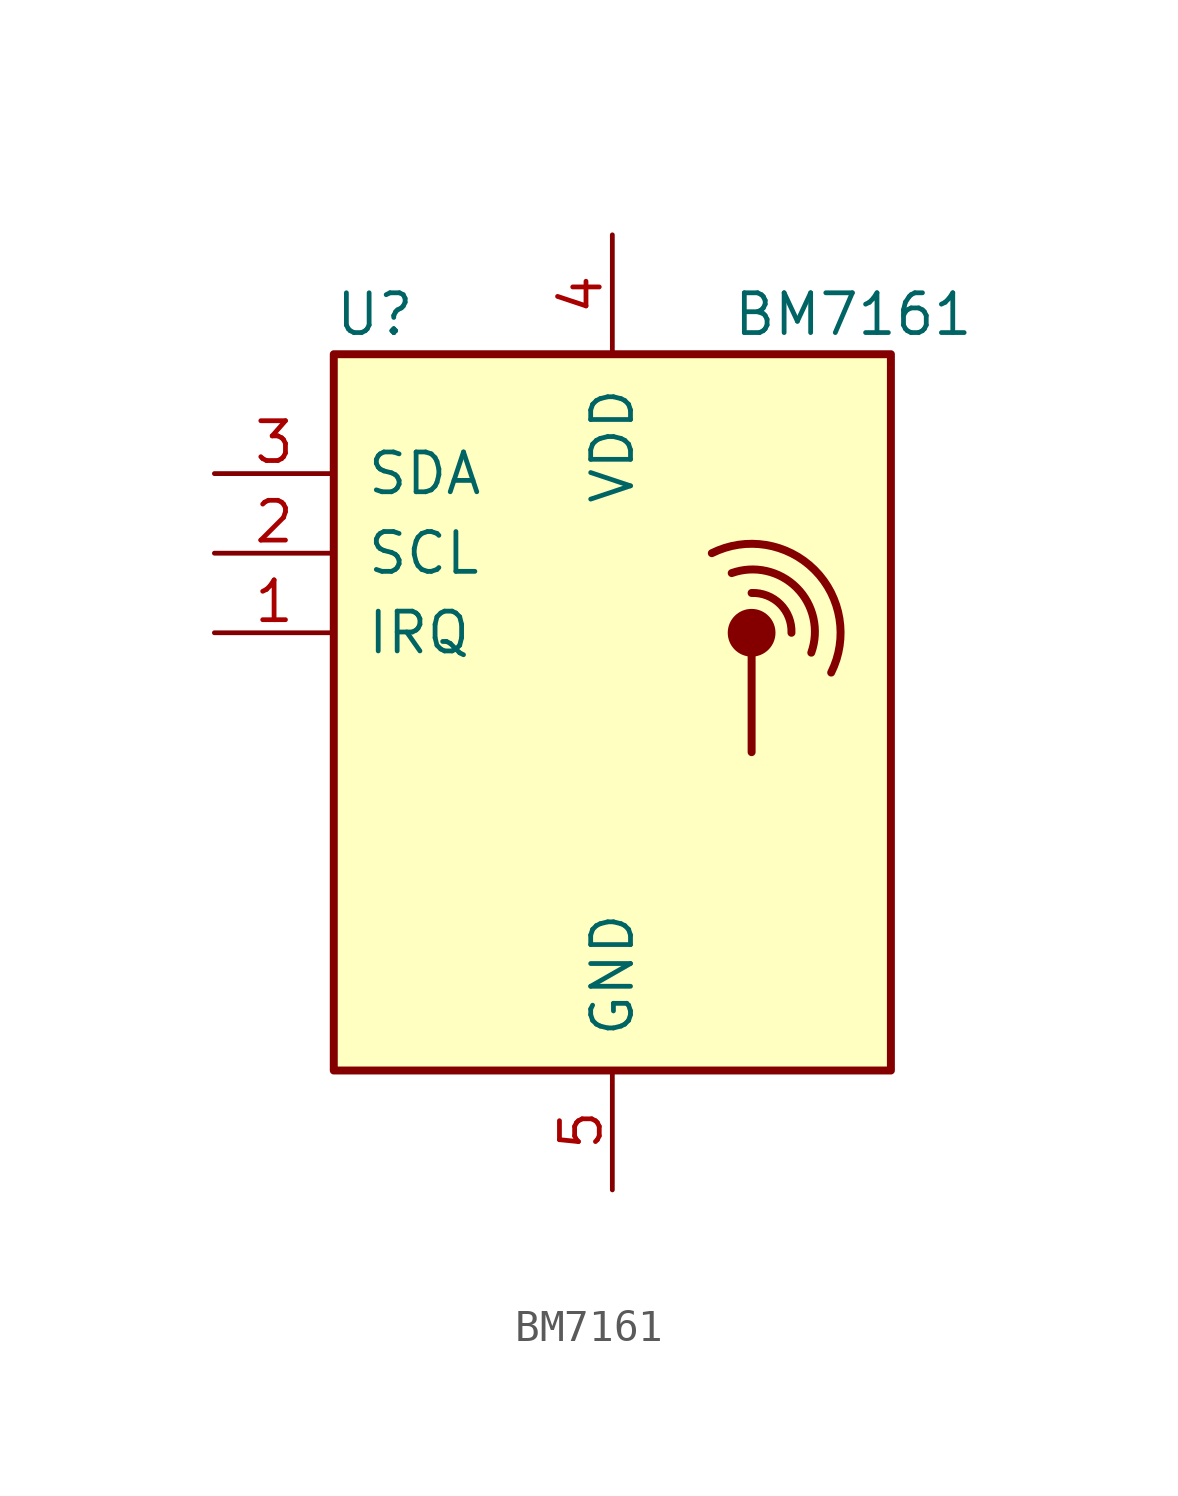
<source format=kicad_sym>
(kicad_symbol_lib
  (version 20220914)
  (generator kicad_symbol_editor)
  (symbol "BM7161"
    (pin_names
      (offset 1.016))
    (property "Reference" "U"
      (at -8.89 12.7 0)
      (effects (font (size 1.27 1.27)) (justify left)))
    (property "Value" "BM7161"
      (at 3.81 12.7 0)
      (effects (font (size 1.27 1.27)) (justify left)))
    (symbol "BM7161_0_1"
      (rectangle (start -8.89 11.43) (end 8.89 -11.43) (stroke (width 0.254) (type default)) (fill (type background)))
      (polyline (pts (xy 4.445 1.905) (xy 4.445 -1.27)) (stroke (width 0.254) (type default)) (fill (type none)))
      (circle (center 4.445 2.54) (radius 0.635) (stroke (width 0.254) (type default)) (fill (type outline)))
      (arc (start 5.715 2.54) (mid 5.3521 3.4546) (end 4.445 3.81) (stroke (width 0.254) (type default)) (fill (type none)))
      (arc (start 6.35 1.905) (mid 5.8763 3.9854) (end 3.81 4.445) (stroke (width 0.254) (type default)) (fill (type none)))
      (arc (start 6.985 1.27) (mid 6.453 4.548) (end 3.175 5.08) (stroke (width 0.254) (type default)) (fill (type none))))
    (symbol "BM7161_1_1"
      (pin output line (at -12.7 2.54 0) (length 3.81) (name "IRQ" (effects (font (size 1.27 1.27)))) (number "1" (effects (font (size 1.27 1.27)))))
      (pin input line (at -12.7 5.08 0) (length 3.81) (name "SCL" (effects (font (size 1.27 1.27)))) (number "2" (effects (font (size 1.27 1.27)))))
      (pin input line (at -12.7 7.62 0) (length 3.81) (name "SDA" (effects (font (size 1.27 1.27)))) (number "3" (effects (font (size 1.27 1.27)))))
      (pin power_in line (at 0 15.24 270) (length 3.81) (name "VDD" (effects (font (size 1.27 1.27)))) (number "4" (effects (font (size 1.27 1.27)))))
      (pin power_in line (at 0 -15.24 90) (length 3.81) (name "GND" (effects (font (size 1.27 1.27)))) (number "5" (effects (font (size 1.27 1.27))))))))
</source>
